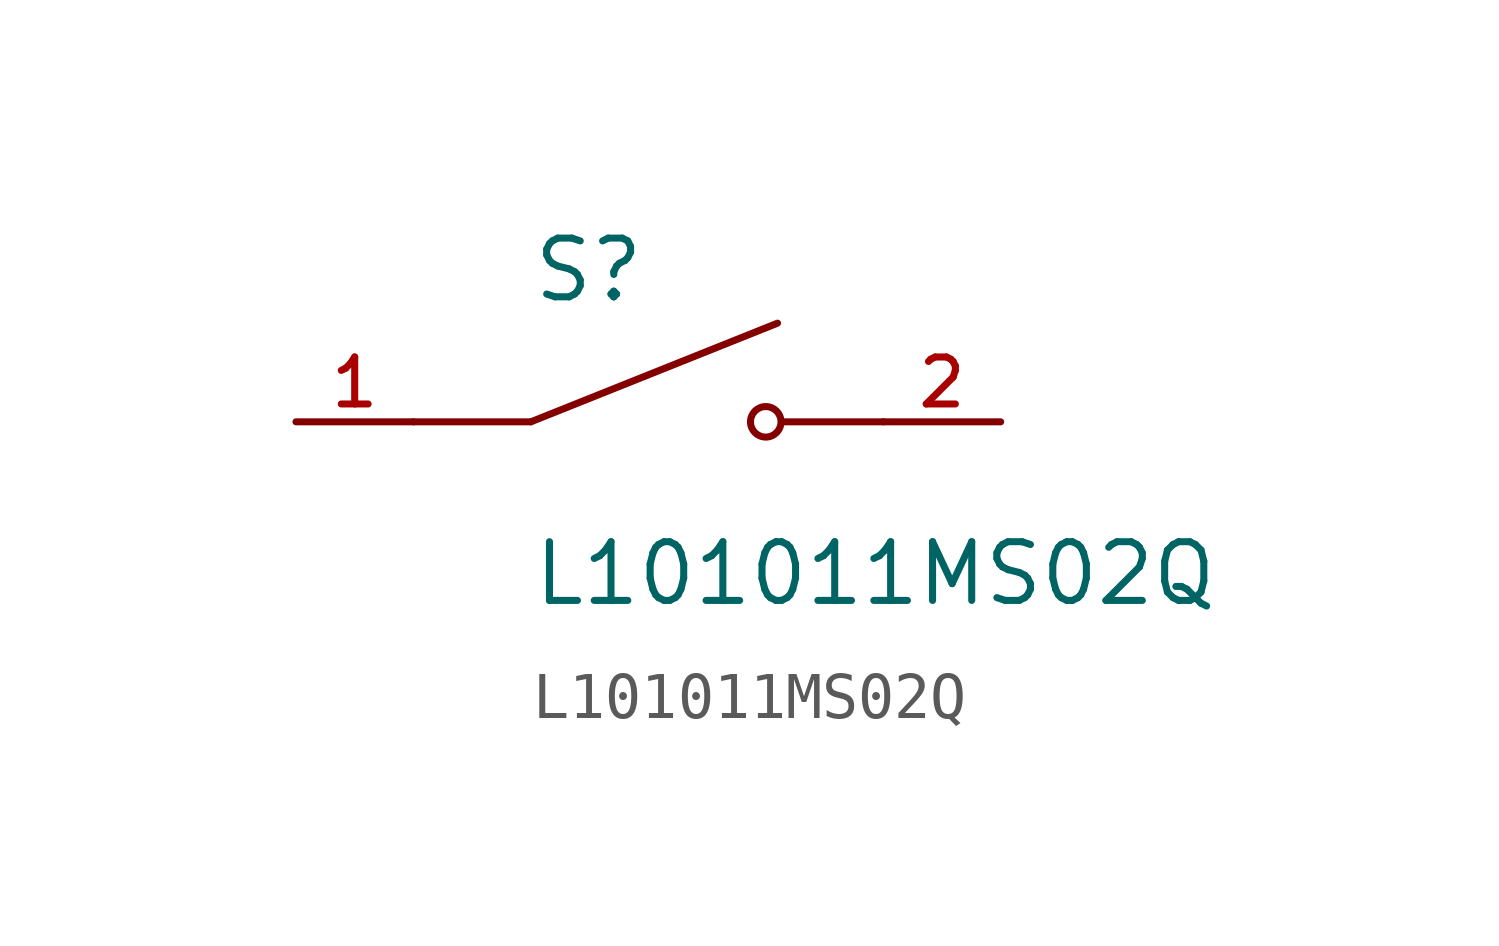
<source format=kicad_sym>
(kicad_symbol_lib
  (version 20231120)
  (generator "kicad_symbol_editor")
  (generator_version "8.0")
  (symbol "L101011MS02Q"
    (pin_names
      (offset 1.016))
    (property "Reference" "S"
      (at -2.54 2.54 0)
      (effects (font (size 1.27 1.27)) (justify left bottom)))
    (property "Value" "L101011MS02Q"
      (at -2.54 -2.54 0)
      (effects (font (size 1.27 1.27)) (justify left top)))
    (symbol "L101011MS02Q_0_0"
      (polyline (pts (xy -2.54 0) (xy -5.08 0)) (stroke (width 0.152) (type default)) (fill (type none)))
      (polyline (pts (xy -2.54 0) (xy 2.794 2.134)) (stroke (width 0.152) (type default)) (fill (type none)))
      (polyline (pts (xy 5.08 0) (xy 2.921 0)) (stroke (width 0.152) (type default)) (fill (type none)))
      (circle (center 2.54 0) (radius 0.33) (stroke (width 0.152) (type default)) (fill (type none)))
      (pin passive line (at -7.62 0 0) (length 2.54) (name "~" (effects (font (size 1.016 1.016)))) (number "1" (effects (font (size 1.016 1.016)))))
      (pin passive line (at 7.62 0 180) (length 2.54) (name "~" (effects (font (size 1.016 1.016)))) (number "2" (effects (font (size 1.016 1.016))))))))
</source>
